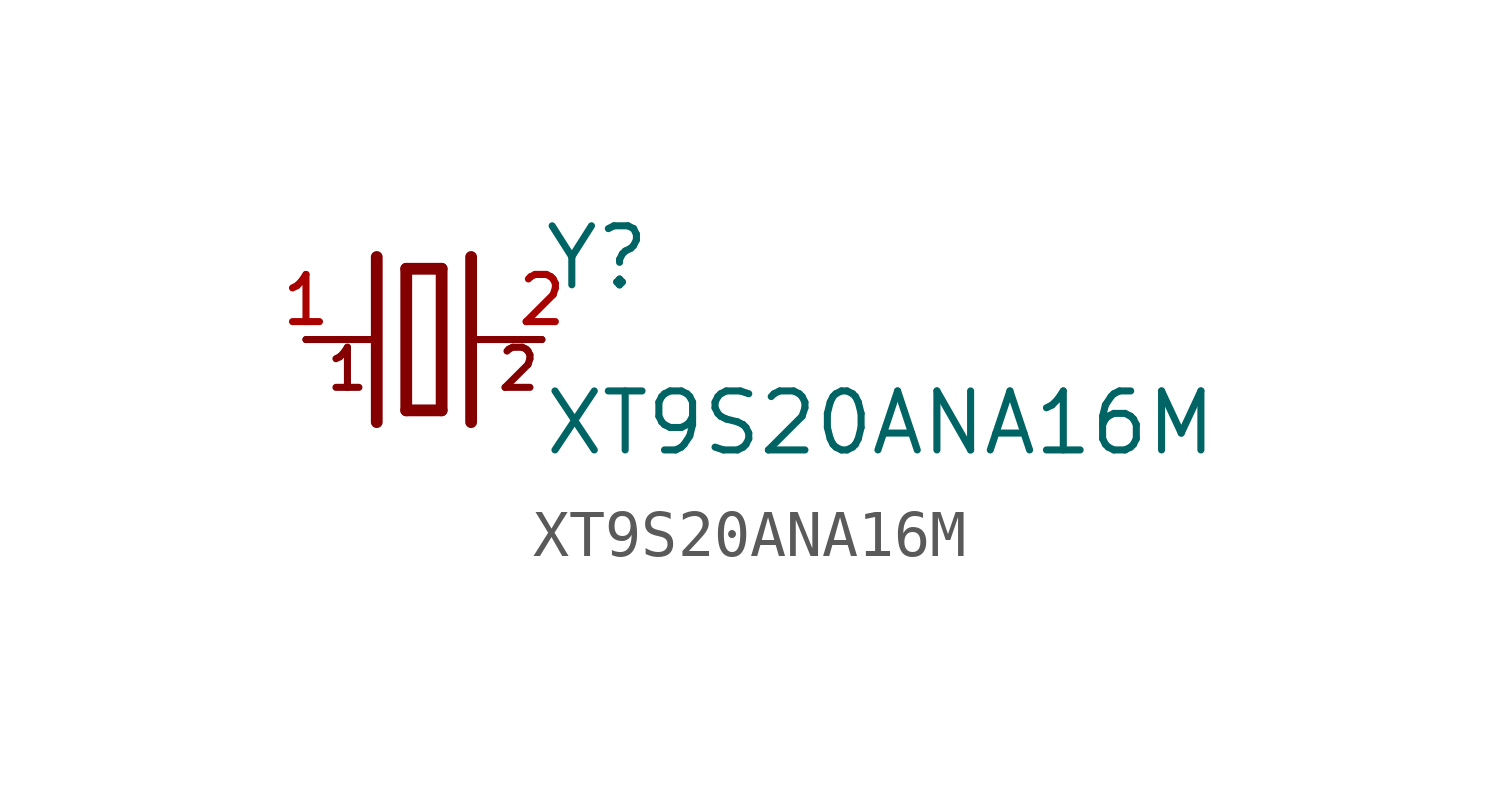
<source format=kicad_sym>
(kicad_symbol_lib
  (version 20211014)
  (generator kicad_symbol_editor)
  (symbol "XT9S20ANA16M"
    (pin_names
      (offset 1.016))
    (property "Reference" "Y"
      (at 2.54 1.016 0)
      (effects (font (size 1.27 1.27)) (justify bottom left)))
    (property "Value" "XT9S20ANA16M"
      (at 2.54 -2.54 0)
      (effects (font (size 1.27 1.27)) (justify bottom left)))
    (symbol "XT9S20ANA16M_0_0"
      (polyline (pts (xy 1.016 0.0) (xy 2.54 0.0)) (stroke (width 0.152)))
      (polyline (pts (xy -2.54 0.0) (xy -1.016 0.0)) (stroke (width 0.152)))
      (polyline (pts (xy -0.381 1.524) (xy -0.381 -1.524)) (stroke (width 0.254)))
      (polyline (pts (xy -0.381 -1.524) (xy 0.381 -1.524)) (stroke (width 0.254)))
      (polyline (pts (xy 0.381 -1.524) (xy 0.381 1.524)) (stroke (width 0.254)))
      (polyline (pts (xy 0.381 1.524) (xy -0.381 1.524)) (stroke (width 0.254)))
      (polyline (pts (xy 1.016 1.778) (xy 1.016 -1.778)) (stroke (width 0.254)))
      (polyline (pts (xy -1.016 1.778) (xy -1.016 -1.778)) (stroke (width 0.254)))
      (text "1" (at -2.159 -1.143 0) (effects (font (size 0.864 0.864)) (justify bottom left)))
      (text "2" (at 1.524 -1.143 0) (effects (font (size 0.864 0.864)) (justify bottom left)))
      (pin passive line (at 2.54 0.0 180.0) (length 0) (name "~" (effects (font (size 1.016 1.016)))) (number "2" (effects (font (size 1.016 1.016)))))
      (pin passive line (at -2.54 0.0 0) (length 0) (name "~" (effects (font (size 1.016 1.016)))) (number "1" (effects (font (size 1.016 1.016))))))))
</source>
